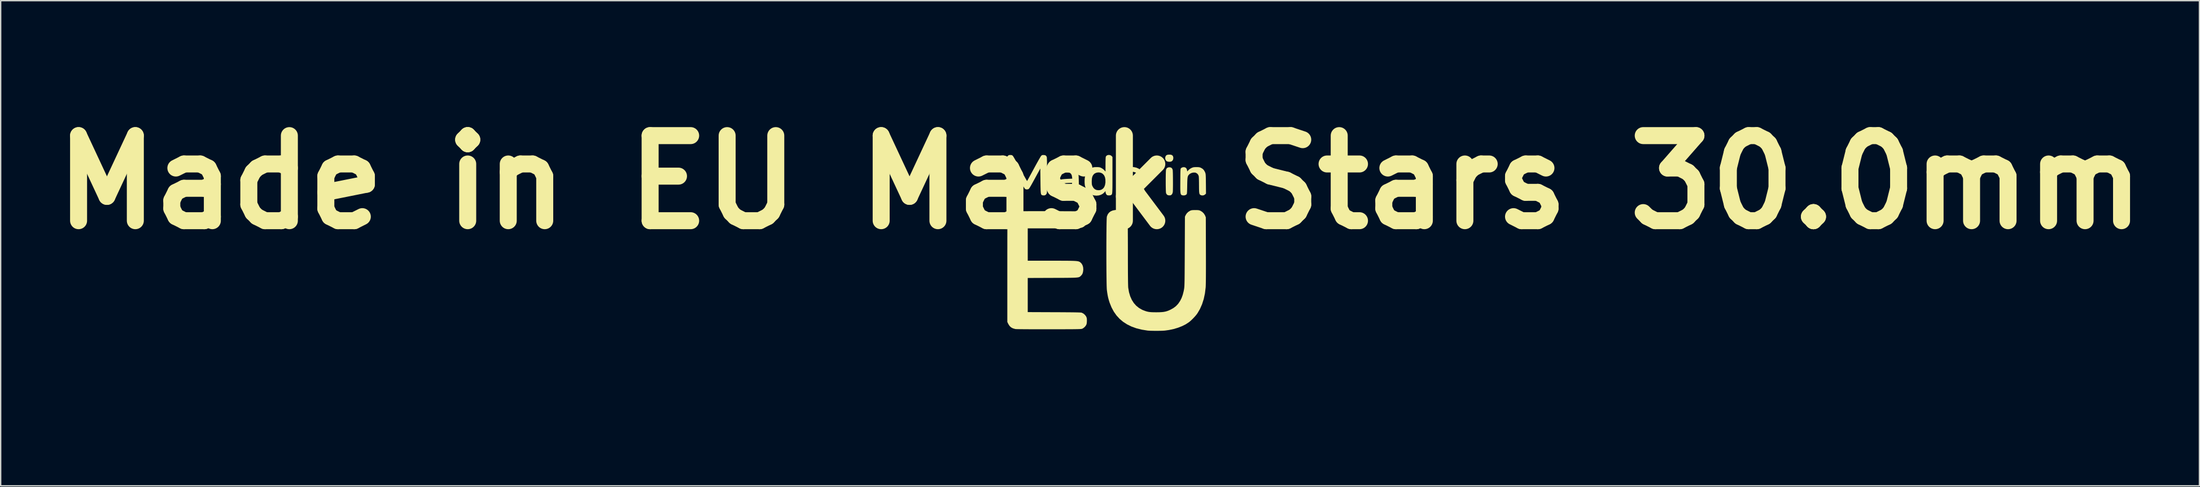
<source format=kicad_pcb>
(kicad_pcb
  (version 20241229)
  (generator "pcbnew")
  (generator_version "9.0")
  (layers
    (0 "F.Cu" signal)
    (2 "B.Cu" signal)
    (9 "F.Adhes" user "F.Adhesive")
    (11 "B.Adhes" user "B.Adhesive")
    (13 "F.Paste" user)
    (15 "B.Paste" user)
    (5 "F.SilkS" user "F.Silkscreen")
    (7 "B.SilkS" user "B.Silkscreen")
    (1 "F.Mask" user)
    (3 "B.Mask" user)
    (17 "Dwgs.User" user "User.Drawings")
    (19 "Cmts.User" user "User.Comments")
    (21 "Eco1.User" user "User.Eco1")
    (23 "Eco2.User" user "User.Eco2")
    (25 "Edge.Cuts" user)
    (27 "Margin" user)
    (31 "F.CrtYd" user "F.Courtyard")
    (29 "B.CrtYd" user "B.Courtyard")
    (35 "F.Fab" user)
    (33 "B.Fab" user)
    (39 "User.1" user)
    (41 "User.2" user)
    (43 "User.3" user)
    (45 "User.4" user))
  (footprint "Made in EU Mask Stars 30.0mm"
    (layer "F.Cu")
    (at 78.133 14.903)
    (property "Reference" "Made in EU Mask Stars 30.0mm" (at 0 -4.5 180) (layer "F.SilkS") (effects (font (size 6.282 6.282) (thickness 1.254))))
    (attr board_only exclude_from_pos_files exclude_from_bom)
    (fp_poly (pts (xy 11.026 -8.532) (xy 11.027 -8.53) (xy 11.037 -8.501) (xy 11.058 -8.436) (xy 11.09 -8.337) (xy 11.131 -8.211) (xy 11.179 -8.061) (xy 11.233 -7.894) (xy 11.291 -7.713) (xy 11.298 -7.692) (xy 11.557 -6.889) (xy 12.445 -6.877) (xy 13.333 -6.866) (xy 12.617 -6.353) (xy 12.46 -6.24) (xy 12.315 -6.136) (xy 12.185 -6.041) (xy 12.075 -5.961) (xy 11.989 -5.897) (xy 11.931 -5.853) (xy 11.903 -5.831) (xy 11.902 -5.829) (xy 11.909 -5.806) (xy 11.928 -5.745) (xy 11.958 -5.65) (xy 11.997 -5.528) (xy 12.044 -5.382) (xy 12.097 -5.216) (xy 12.155 -5.036) (xy 12.167 -5.002) (xy 12.225 -4.82) (xy 12.279 -4.652) (xy 12.327 -4.502) (xy 12.366 -4.376) (xy 12.397 -4.277) (xy 12.417 -4.21) (xy 12.425 -4.18) (xy 12.425 -4.179) (xy 12.406 -4.19) (xy 12.355 -4.225) (xy 12.276 -4.281) (xy 12.173 -4.354) (xy 12.049 -4.443) (xy 11.909 -4.545) (xy 11.756 -4.656) (xy 11.717 -4.684) (xy 11.016 -5.196) (xy 10.348 -4.707) (xy 10.163 -4.572) (xy 10.011 -4.461) (xy 9.889 -4.372) (xy 9.794 -4.304) (xy 9.722 -4.253) (xy 9.671 -4.218) (xy 9.636 -4.198) (xy 9.616 -4.188) (xy 9.607 -4.189) (xy 9.606 -4.197) (xy 9.61 -4.21) (xy 9.611 -4.213) (xy 9.683 -4.431) (xy 9.753 -4.649) (xy 9.821 -4.86) (xy 9.885 -5.062) (xy 9.944 -5.25) (xy 9.997 -5.419) (xy 10.041 -5.566) (xy 10.077 -5.687) (xy 10.102 -5.777) (xy 10.116 -5.833) (xy 10.118 -5.849) (xy 10.096 -5.865) (xy 10.042 -5.903) (xy 9.96 -5.962) (xy 9.854 -6.038) (xy 9.728 -6.128) (xy 9.586 -6.23) (xy 9.431 -6.341) (xy 9.4 -6.364) (xy 8.7 -6.866) (xy 9.585 -6.872) (xy 10.47 -6.878) (xy 10.662 -7.475) (xy 10.741 -7.719) (xy 10.807 -7.924) (xy 10.862 -8.092) (xy 10.906 -8.228) (xy 10.942 -8.334) (xy 10.969 -8.414) (xy 10.99 -8.471) (xy 11.005 -8.508) (xy 11.015 -8.528) (xy 11.022 -8.536)) (stroke (width 0) (type solid)) (fill yes) (layer "F.Mask"))
    (fp_poly (pts (xy 0.028 10.569) (xy 0.049 10.634) (xy 0.081 10.733) (xy 0.122 10.859) (xy 0.17 11.008) (xy 0.223 11.176) (xy 0.281 11.358) (xy 0.291 11.388) (xy 0.552 12.203) (xy 1.43 12.214) (xy 2.309 12.225) (xy 1.651 12.697) (xy 1.498 12.807) (xy 1.355 12.91) (xy 1.226 13.004) (xy 1.116 13.083) (xy 1.029 13.147) (xy 0.969 13.191) (xy 0.943 13.211) (xy 0.892 13.252) (xy 1.15 14.056) (xy 1.209 14.238) (xy 1.263 14.407) (xy 1.312 14.558) (xy 1.353 14.687) (xy 1.386 14.789) (xy 1.408 14.858) (xy 1.419 14.89) (xy 1.419 14.891) (xy 1.42 14.91) (xy 1.402 14.9) (xy 1.37 14.877) (xy 1.309 14.832) (xy 1.223 14.769) (xy 1.117 14.692) (xy 0.996 14.604) (xy 0.865 14.508) (xy 0.728 14.409) (xy 0.591 14.309) (xy 0.459 14.213) (xy 0.336 14.124) (xy 0.227 14.045) (xy 0.137 13.981) (xy 0.072 13.934) (xy 0.036 13.908) (xy 0.03 13.904) (xy 0.009 13.914) (xy -0.044 13.947) (xy -0.124 14) (xy -0.226 14.069) (xy -0.345 14.151) (xy -0.477 14.244) (xy -0.617 14.342) (xy -0.76 14.444) (xy -0.902 14.546) (xy -1.038 14.644) (xy -1.163 14.736) (xy -1.273 14.818) (xy -1.363 14.886) (xy -1.383 14.902) (xy -1.406 14.915) (xy -1.403 14.894) (xy -1.403 14.893) (xy -1.393 14.864) (xy -1.372 14.798) (xy -1.34 14.702) (xy -1.301 14.581) (xy -1.256 14.441) (xy -1.207 14.289) (xy -1.156 14.13) (xy -1.105 13.97) (xy -1.055 13.816) (xy -1.009 13.672) (xy -0.969 13.546) (xy -0.936 13.444) (xy -0.913 13.37) (xy -0.903 13.337) (xy -0.874 13.243) (xy -1.59 12.729) (xy -2.306 12.214) (xy -1.422 12.214) (xy -0.538 12.214) (xy -0.379 11.717) (xy -0.325 11.548) (xy -0.267 11.366) (xy -0.209 11.186) (xy -0.156 11.02) (xy -0.111 10.882) (xy -0.106 10.864) (xy -0.068 10.75) (xy -0.034 10.654) (xy -0.006 10.584) (xy 0.012 10.545) (xy 0.019 10.541)) (stroke (width 0) (type solid)) (fill yes) (layer "F.Mask"))
    (fp_poly (pts (xy -6.165 -12.638) (xy -6.11 -12.468) (xy -6.054 -12.296) (xy -6.001 -12.13) (xy -5.952 -11.982) (xy -5.913 -11.859) (xy -5.892 -11.796) (xy -5.802 -11.522) (xy -4.916 -11.516) (xy -4.03 -11.511) (xy -4.667 -11.054) (xy -4.819 -10.945) (xy -4.963 -10.842) (xy -5.094 -10.747) (xy -5.206 -10.666) (xy -5.296 -10.601) (xy -5.358 -10.555) (xy -5.384 -10.536) (xy -5.465 -10.473) (xy -5.201 -9.653) (xy -5.142 -9.471) (xy -5.089 -9.302) (xy -5.042 -9.152) (xy -5.002 -9.024) (xy -4.972 -8.925) (xy -4.952 -8.857) (xy -4.944 -8.827) (xy -4.944 -8.825) (xy -4.963 -8.836) (xy -5.014 -8.871) (xy -5.093 -8.926) (xy -5.196 -9) (xy -5.32 -9.088) (xy -5.459 -9.189) (xy -5.61 -9.299) (xy -5.628 -9.312) (xy -5.781 -9.424) (xy -5.924 -9.528) (xy -6.052 -9.62) (xy -6.161 -9.698) (xy -6.246 -9.759) (xy -6.305 -9.8) (xy -6.331 -9.817) (xy -6.332 -9.817) (xy -6.356 -9.807) (xy -6.411 -9.773) (xy -6.495 -9.718) (xy -6.602 -9.645) (xy -6.728 -9.556) (xy -6.87 -9.455) (xy -7.023 -9.344) (xy -7.051 -9.324) (xy -7.206 -9.212) (xy -7.348 -9.108) (xy -7.476 -9.016) (xy -7.584 -8.938) (xy -7.669 -8.878) (xy -7.726 -8.838) (xy -7.752 -8.82) (xy -7.753 -8.82) (xy -7.749 -8.84) (xy -7.732 -8.899) (xy -7.705 -8.99) (xy -7.668 -9.111) (xy -7.622 -9.256) (xy -7.57 -9.42) (xy -7.513 -9.599) (xy -7.499 -9.64) (xy -7.44 -9.823) (xy -7.386 -9.992) (xy -7.338 -10.143) (xy -7.297 -10.271) (xy -7.266 -10.371) (xy -7.244 -10.439) (xy -7.235 -10.471) (xy -7.235 -10.472) (xy -7.252 -10.487) (xy -7.302 -10.525) (xy -7.381 -10.584) (xy -7.484 -10.66) (xy -7.608 -10.75) (xy -7.749 -10.852) (xy -7.904 -10.963) (xy -7.951 -10.997) (xy -8.668 -11.511) (xy -7.778 -11.517) (xy -6.889 -11.523) (xy -6.678 -12.187) (xy -6.623 -12.361) (xy -6.569 -12.53) (xy -6.518 -12.686) (xy -6.474 -12.824) (xy -6.438 -12.936) (xy -6.413 -13.014) (xy -6.407 -13.029) (xy -6.348 -13.208)) (stroke (width 0) (type solid)) (fill yes) (layer "F.Mask"))
    (fp_poly (pts (xy -6.335 8.877) (xy -6.313 8.932) (xy -6.281 9.021) (xy -6.24 9.139) (xy -6.192 9.282) (xy -6.139 9.446) (xy -6.081 9.625) (xy -6.063 9.68) (xy -5.796 10.516) (xy -4.911 10.522) (xy -4.026 10.528) (xy -4.737 11.039) (xy -4.894 11.152) (xy -5.039 11.257) (xy -5.168 11.351) (xy -5.277 11.432) (xy -5.362 11.496) (xy -5.42 11.541) (xy -5.447 11.563) (xy -5.448 11.565) (xy -5.442 11.589) (xy -5.423 11.651) (xy -5.393 11.746) (xy -5.355 11.869) (xy -5.308 12.015) (xy -5.255 12.181) (xy -5.198 12.36) (xy -5.191 12.382) (xy -5.133 12.562) (xy -5.08 12.729) (xy -5.034 12.878) (xy -4.995 13.004) (xy -4.965 13.103) (xy -4.947 13.169) (xy -4.94 13.198) (xy -4.94 13.199) (xy -4.959 13.193) (xy -5.006 13.165) (xy -5.074 13.12) (xy -5.136 13.076) (xy -5.206 13.024) (xy -5.305 12.952) (xy -5.425 12.863) (xy -5.561 12.764) (xy -5.703 12.659) (xy -5.831 12.566) (xy -6.337 12.196) (xy -6.948 12.642) (xy -7.097 12.752) (xy -7.24 12.855) (xy -7.369 12.95) (xy -7.481 13.031) (xy -7.571 13.096) (xy -7.633 13.14) (xy -7.656 13.157) (xy -7.712 13.195) (xy -7.739 13.208) (xy -7.744 13.199) (xy -7.737 13.171) (xy -7.727 13.138) (xy -7.704 13.068) (xy -7.672 12.965) (xy -7.63 12.836) (xy -7.582 12.685) (xy -7.528 12.517) (xy -7.476 12.353) (xy -7.42 12.176) (xy -7.368 12.012) (xy -7.324 11.866) (xy -7.287 11.743) (xy -7.26 11.647) (xy -7.245 11.585) (xy -7.241 11.56) (xy -7.261 11.542) (xy -7.313 11.5) (xy -7.394 11.438) (xy -7.499 11.36) (xy -7.624 11.267) (xy -7.766 11.164) (xy -7.92 11.052) (xy -7.95 11.031) (xy -8.649 10.528) (xy -7.764 10.522) (xy -6.879 10.516) (xy -6.836 10.377) (xy -6.792 10.236) (xy -6.743 10.08) (xy -6.69 9.914) (xy -6.635 9.743) (xy -6.581 9.573) (xy -6.528 9.409) (xy -6.478 9.257) (xy -6.434 9.122) (xy -6.397 9.01) (xy -6.368 8.925) (xy -6.35 8.873) (xy -6.344 8.86)) (stroke (width 0) (type solid)) (fill yes) (layer "F.Mask"))
    (fp_poly (pts (xy 6.364 8.862) (xy 6.373 8.884) (xy 6.387 8.924) (xy 6.407 8.983) (xy 6.434 9.065) (xy 6.47 9.174) (xy 6.515 9.312) (xy 6.57 9.483) (xy 6.636 9.689) (xy 6.715 9.934) (xy 6.732 9.986) (xy 6.902 10.516) (xy 7.785 10.522) (xy 8.668 10.528) (xy 7.97 11.031) (xy 7.814 11.143) (xy 7.669 11.247) (xy 7.54 11.34) (xy 7.43 11.419) (xy 7.343 11.481) (xy 7.284 11.524) (xy 7.256 11.544) (xy 7.255 11.545) (xy 7.257 11.568) (xy 7.273 11.629) (xy 7.299 11.723) (xy 7.336 11.845) (xy 7.38 11.991) (xy 7.432 12.157) (xy 7.49 12.337) (xy 7.503 12.381) (xy 7.562 12.563) (xy 7.616 12.732) (xy 7.664 12.883) (xy 7.704 13.011) (xy 7.735 13.111) (xy 7.755 13.179) (xy 7.763 13.21) (xy 7.763 13.211) (xy 7.744 13.2) (xy 7.693 13.165) (xy 7.614 13.109) (xy 7.511 13.036) (xy 7.387 12.947) (xy 7.247 12.845) (xy 7.094 12.734) (xy 7.056 12.707) (xy 6.356 12.196) (xy 6.243 12.28) (xy 6.094 12.389) (xy 5.938 12.503) (xy 5.781 12.618) (xy 5.625 12.731) (xy 5.476 12.84) (xy 5.337 12.94) (xy 5.213 13.03) (xy 5.107 13.106) (xy 5.025 13.164) (xy 4.969 13.203) (xy 4.945 13.219) (xy 4.945 13.219) (xy 4.94 13.205) (xy 4.942 13.202) (xy 4.951 13.178) (xy 4.971 13.118) (xy 5.001 13.026) (xy 5.039 12.909) (xy 5.084 12.772) (xy 5.133 12.621) (xy 5.184 12.462) (xy 5.236 12.3) (xy 5.287 12.14) (xy 5.336 11.99) (xy 5.379 11.853) (xy 5.417 11.736) (xy 5.445 11.645) (xy 5.464 11.585) (xy 5.471 11.561) (xy 5.471 11.561) (xy 5.453 11.547) (xy 5.403 11.509) (xy 5.325 11.451) (xy 5.222 11.376) (xy 5.098 11.286) (xy 4.957 11.184) (xy 4.803 11.073) (xy 4.758 11.04) (xy 4.046 10.528) (xy 4.93 10.517) (xy 5.815 10.506) (xy 6.082 9.674) (xy 6.141 9.491) (xy 6.196 9.323) (xy 6.246 9.173) (xy 6.288 9.047) (xy 6.322 8.949) (xy 6.346 8.883) (xy 6.358 8.854) (xy 6.359 8.853)) (stroke (width 0) (type solid)) (fill yes) (layer "F.Mask"))
    (fp_poly (pts (xy 0.023 -14.878) (xy 0.043 -14.815) (xy 0.074 -14.719) (xy 0.114 -14.594) (xy 0.161 -14.446) (xy 0.215 -14.279) (xy 0.273 -14.098) (xy 0.286 -14.056) (xy 0.55 -13.23) (xy 1.431 -13.219) (xy 2.311 -13.208) (xy 1.602 -12.698) (xy 1.446 -12.586) (xy 1.301 -12.481) (xy 1.173 -12.388) (xy 1.064 -12.308) (xy 0.978 -12.245) (xy 0.921 -12.202) (xy 0.894 -12.181) (xy 0.893 -12.179) (xy 0.9 -12.157) (xy 0.918 -12.098) (xy 0.947 -12.008) (xy 0.984 -11.892) (xy 1.027 -11.757) (xy 1.075 -11.607) (xy 1.126 -11.448) (xy 1.177 -11.286) (xy 1.229 -11.127) (xy 1.277 -10.977) (xy 1.321 -10.84) (xy 1.359 -10.723) (xy 1.389 -10.631) (xy 1.407 -10.578) (xy 1.414 -10.559) (xy 1.419 -10.543) (xy 1.42 -10.534) (xy 1.412 -10.533) (xy 1.393 -10.541) (xy 1.36 -10.562) (xy 1.308 -10.598) (xy 1.235 -10.65) (xy 1.138 -10.72) (xy 1.012 -10.812) (xy 0.856 -10.926) (xy 0.759 -10.997) (xy 0.611 -11.105) (xy 0.471 -11.207) (xy 0.345 -11.299) (xy 0.237 -11.377) (xy 0.152 -11.439) (xy 0.095 -11.48) (xy 0.075 -11.494) (xy 0.005 -11.544) (xy -0.595 -11.106) (xy -0.744 -10.997) (xy -0.886 -10.893) (xy -1.017 -10.798) (xy -1.13 -10.716) (xy -1.22 -10.65) (xy -1.282 -10.604) (xy -1.303 -10.589) (xy -1.363 -10.546) (xy -1.393 -10.529) (xy -1.402 -10.534) (xy -1.396 -10.561) (xy -1.395 -10.563) (xy -1.385 -10.595) (xy -1.363 -10.663) (xy -1.332 -10.762) (xy -1.292 -10.885) (xy -1.247 -11.026) (xy -1.198 -11.18) (xy -1.146 -11.341) (xy -1.094 -11.502) (xy -1.044 -11.659) (xy -0.997 -11.804) (xy -0.956 -11.932) (xy -0.922 -12.038) (xy -0.898 -12.114) (xy -0.884 -12.156) (xy -0.883 -12.161) (xy -0.898 -12.179) (xy -0.947 -12.22) (xy -1.024 -12.281) (xy -1.125 -12.359) (xy -1.248 -12.452) (xy -1.388 -12.555) (xy -1.542 -12.667) (xy -1.584 -12.697) (xy -2.294 -13.208) (xy -1.416 -13.213) (xy -0.538 -13.219) (xy -0.379 -13.716) (xy -0.325 -13.885) (xy -0.266 -14.067) (xy -0.209 -14.247) (xy -0.156 -14.413) (xy -0.111 -14.551) (xy -0.106 -14.568) (xy -0.068 -14.684) (xy -0.034 -14.782) (xy -0.008 -14.855) (xy 0.009 -14.896) (xy 0.015 -14.903)) (stroke (width 0) (type solid)) (fill yes) (layer "F.Mask"))
    (fp_poly (pts (xy 11.022 4.204) (xy 11.042 4.261) (xy 11.073 4.351) (xy 11.114 4.47) (xy 11.161 4.614) (xy 11.215 4.777) (xy 11.273 4.957) (xy 11.289 5.008) (xy 11.557 5.839) (xy 12.448 5.85) (xy 13.339 5.861) (xy 12.639 6.364) (xy 12.483 6.476) (xy 12.338 6.58) (xy 12.207 6.674) (xy 12.096 6.753) (xy 12.009 6.816) (xy 11.948 6.859) (xy 11.919 6.879) (xy 11.918 6.88) (xy 11.919 6.904) (xy 11.934 6.967) (xy 11.961 7.065) (xy 11.998 7.194) (xy 12.046 7.351) (xy 12.103 7.532) (xy 12.165 7.728) (xy 12.225 7.912) (xy 12.279 8.082) (xy 12.327 8.233) (xy 12.368 8.362) (xy 12.4 8.463) (xy 12.421 8.531) (xy 12.43 8.564) (xy 12.43 8.565) (xy 12.412 8.553) (xy 12.362 8.518) (xy 12.283 8.461) (xy 12.18 8.387) (xy 12.057 8.297) (xy 11.917 8.195) (xy 11.764 8.083) (xy 11.725 8.055) (xy 11.546 7.924) (xy 11.401 7.818) (xy 11.283 7.734) (xy 11.192 7.67) (xy 11.122 7.623) (xy 11.07 7.591) (xy 11.033 7.573) (xy 11.007 7.564) (xy 10.989 7.565) (xy 10.977 7.57) (xy 10.948 7.59) (xy 10.888 7.632) (xy 10.801 7.695) (xy 10.691 7.775) (xy 10.563 7.868) (xy 10.42 7.972) (xy 10.275 8.078) (xy 10.126 8.187) (xy 9.987 8.287) (xy 9.865 8.375) (xy 9.762 8.448) (xy 9.683 8.503) (xy 9.632 8.537) (xy 9.613 8.548) (xy 9.617 8.526) (xy 9.635 8.466) (xy 9.663 8.372) (xy 9.701 8.251) (xy 9.747 8.105) (xy 9.799 7.94) (xy 9.857 7.761) (xy 9.868 7.725) (xy 9.927 7.543) (xy 9.981 7.375) (xy 10.028 7.225) (xy 10.068 7.097) (xy 10.098 6.997) (xy 10.117 6.929) (xy 10.125 6.899) (xy 10.124 6.897) (xy 10.104 6.88) (xy 10.055 6.842) (xy 9.982 6.788) (xy 9.893 6.723) (xy 9.853 6.694) (xy 9.756 6.624) (xy 9.632 6.535) (xy 9.491 6.434) (xy 9.343 6.327) (xy 9.197 6.221) (xy 9.144 6.183) (xy 8.697 5.861) (xy 9.587 5.85) (xy 10.478 5.839) (xy 10.741 5.017) (xy 10.799 4.834) (xy 10.854 4.665) (xy 10.903 4.514) (xy 10.945 4.386) (xy 10.978 4.286) (xy 11.001 4.218) (xy 11.012 4.187) (xy 11.013 4.186)) (stroke (width 0) (type solid)) (fill yes) (layer "F.Mask"))
    (fp_poly (pts (xy -10.989 4.198) (xy -10.979 4.226) (xy -10.958 4.292) (xy -10.926 4.391) (xy -10.885 4.517) (xy -10.837 4.666) (xy -10.783 4.834) (xy -10.725 5.014) (xy -10.718 5.035) (xy -10.46 5.839) (xy -9.568 5.85) (xy -8.676 5.861) (xy -9.39 6.373) (xy -9.547 6.486) (xy -9.693 6.59) (xy -9.823 6.684) (xy -9.934 6.763) (xy -10.021 6.825) (xy -10.08 6.868) (xy -10.109 6.889) (xy -10.111 6.89) (xy -10.106 6.911) (xy -10.088 6.971) (xy -10.06 7.064) (xy -10.022 7.185) (xy -9.976 7.331) (xy -9.923 7.496) (xy -9.866 7.677) (xy -9.849 7.728) (xy -9.79 7.911) (xy -9.736 8.081) (xy -9.688 8.233) (xy -9.647 8.361) (xy -9.616 8.462) (xy -9.595 8.531) (xy -9.586 8.563) (xy -9.586 8.564) (xy -9.604 8.553) (xy -9.654 8.517) (xy -9.733 8.46) (xy -9.835 8.386) (xy -9.958 8.297) (xy -10.097 8.195) (xy -10.248 8.084) (xy -10.271 8.067) (xy -10.425 7.954) (xy -10.568 7.849) (xy -10.696 7.756) (xy -10.806 7.677) (xy -10.892 7.615) (xy -10.951 7.573) (xy -10.979 7.555) (xy -10.98 7.554) (xy -11.003 7.565) (xy -11.059 7.599) (xy -11.142 7.654) (xy -11.249 7.727) (xy -11.375 7.816) (xy -11.518 7.917) (xy -11.672 8.029) (xy -11.711 8.058) (xy -11.866 8.171) (xy -12.01 8.275) (xy -12.137 8.368) (xy -12.245 8.446) (xy -12.33 8.507) (xy -12.387 8.547) (xy -12.414 8.565) (xy -12.415 8.565) (xy -12.408 8.543) (xy -12.389 8.484) (xy -12.36 8.39) (xy -12.321 8.269) (xy -12.274 8.123) (xy -12.221 7.958) (xy -12.163 7.778) (xy -12.149 7.735) (xy -12.09 7.552) (xy -12.037 7.382) (xy -11.989 7.23) (xy -11.95 7.101) (xy -11.92 7) (xy -11.9 6.93) (xy -11.893 6.897) (xy -11.893 6.895) (xy -11.913 6.879) (xy -11.965 6.84) (xy -12.045 6.78) (xy -12.15 6.704) (xy -12.276 6.613) (xy -12.417 6.51) (xy -12.572 6.399) (xy -12.611 6.37) (xy -13.319 5.861) (xy -12.427 5.85) (xy -11.535 5.839) (xy -11.36 5.292) (xy -11.307 5.123) (xy -11.251 4.95) (xy -11.198 4.782) (xy -11.15 4.631) (xy -11.11 4.507) (xy -11.093 4.455) (xy -11.059 4.352) (xy -11.029 4.271) (xy -11.006 4.216) (xy -10.991 4.196)) (stroke (width 0) (type solid)) (fill yes) (layer "F.Mask"))
    (fp_poly (pts (xy 6.393 -13.145) (xy 6.415 -13.08) (xy 6.447 -12.981) (xy 6.488 -12.855) (xy 6.536 -12.706) (xy 6.59 -12.538) (xy 6.648 -12.358) (xy 6.655 -12.337) (xy 6.913 -11.533) (xy 7.803 -11.522) (xy 8.693 -11.511) (xy 7.981 -10.999) (xy 7.824 -10.886) (xy 7.678 -10.782) (xy 7.548 -10.689) (xy 7.438 -10.609) (xy 7.351 -10.547) (xy 7.292 -10.504) (xy 7.264 -10.484) (xy 7.262 -10.483) (xy 7.267 -10.461) (xy 7.285 -10.402) (xy 7.313 -10.309) (xy 7.351 -10.188) (xy 7.397 -10.042) (xy 7.45 -9.878) (xy 7.507 -9.698) (xy 7.521 -9.655) (xy 7.58 -9.472) (xy 7.634 -9.303) (xy 7.681 -9.152) (xy 7.721 -9.024) (xy 7.752 -8.924) (xy 7.772 -8.856) (xy 7.78 -8.825) (xy 7.78 -8.823) (xy 7.761 -8.834) (xy 7.71 -8.869) (xy 7.632 -8.924) (xy 7.528 -8.998) (xy 7.405 -9.086) (xy 7.266 -9.187) (xy 7.115 -9.298) (xy 7.091 -9.315) (xy 6.937 -9.427) (xy 6.794 -9.53) (xy 6.665 -9.622) (xy 6.554 -9.699) (xy 6.467 -9.758) (xy 6.407 -9.798) (xy 6.378 -9.813) (xy 6.376 -9.814) (xy 6.351 -9.801) (xy 6.295 -9.764) (xy 6.21 -9.707) (xy 6.103 -9.632) (xy 5.976 -9.543) (xy 5.833 -9.441) (xy 5.68 -9.33) (xy 5.663 -9.317) (xy 5.509 -9.205) (xy 5.368 -9.102) (xy 5.241 -9.011) (xy 5.135 -8.934) (xy 5.051 -8.875) (xy 4.996 -8.836) (xy 4.971 -8.82) (xy 4.971 -8.82) (xy 4.969 -8.838) (xy 4.98 -8.881) (xy 5.01 -8.974) (xy 5.049 -9.092) (xy 5.093 -9.229) (xy 5.142 -9.381) (xy 5.193 -9.542) (xy 5.246 -9.706) (xy 5.297 -9.868) (xy 5.346 -10.022) (xy 5.39 -10.162) (xy 5.428 -10.284) (xy 5.458 -10.381) (xy 5.479 -10.449) (xy 5.488 -10.481) (xy 5.488 -10.483) (xy 5.469 -10.496) (xy 5.418 -10.533) (xy 5.338 -10.59) (xy 5.234 -10.665) (xy 5.109 -10.755) (xy 4.968 -10.857) (xy 4.814 -10.968) (xy 4.77 -10.999) (xy 4.059 -11.511) (xy 4.948 -11.522) (xy 5.837 -11.533) (xy 5.994 -12.024) (xy 6.048 -12.192) (xy 6.105 -12.371) (xy 6.162 -12.549) (xy 6.214 -12.711) (xy 6.257 -12.846) (xy 6.262 -12.861) (xy 6.299 -12.974) (xy 6.332 -13.067) (xy 6.359 -13.135) (xy 6.378 -13.171) (xy 6.384 -13.173)) (stroke (width 0) (type solid)) (fill yes) (layer "F.Mask"))
    (fp_poly (pts (xy -10.985 -8.5) (xy -10.964 -8.439) (xy -10.933 -8.345) (xy -10.892 -8.223) (xy -10.845 -8.076) (xy -10.791 -7.91) (xy -10.733 -7.73) (xy -10.72 -7.689) (xy -10.456 -6.866) (xy -9.572 -6.855) (xy -8.688 -6.844) (xy -9.402 -6.331) (xy -9.584 -6.2) (xy -9.733 -6.093) (xy -9.851 -6.005) (xy -9.942 -5.936) (xy -10.01 -5.883) (xy -10.056 -5.843) (xy -10.085 -5.814) (xy -10.099 -5.792) (xy -10.102 -5.777) (xy -10.101 -5.773) (xy -10.09 -5.738) (xy -10.068 -5.668) (xy -10.036 -5.568) (xy -9.996 -5.444) (xy -9.951 -5.302) (xy -9.901 -5.148) (xy -9.85 -4.988) (xy -9.798 -4.828) (xy -9.749 -4.673) (xy -9.702 -4.529) (xy -9.662 -4.402) (xy -9.628 -4.299) (xy -9.604 -4.224) (xy -9.591 -4.185) (xy -9.59 -4.18) (xy -9.593 -4.162) (xy -9.607 -4.167) (xy -9.629 -4.183) (xy -9.683 -4.221) (xy -9.762 -4.278) (xy -9.863 -4.351) (xy -9.98 -4.436) (xy -10.109 -4.529) (xy -10.245 -4.627) (xy -10.382 -4.727) (xy -10.516 -4.824) (xy -10.642 -4.916) (xy -10.755 -4.998) (xy -10.849 -5.067) (xy -10.921 -5.12) (xy -10.965 -5.152) (xy -10.975 -5.159) (xy -10.997 -5.151) (xy -11.052 -5.118) (xy -11.136 -5.063) (xy -11.244 -4.989) (xy -11.373 -4.899) (xy -11.52 -4.794) (xy -11.681 -4.678) (xy -11.699 -4.665) (xy -11.855 -4.552) (xy -11.999 -4.447) (xy -12.127 -4.354) (xy -12.237 -4.275) (xy -12.322 -4.214) (xy -12.381 -4.173) (xy -12.409 -4.154) (xy -12.41 -4.153) (xy -12.412 -4.17) (xy -12.407 -4.187) (xy -12.397 -4.216) (xy -12.375 -4.282) (xy -12.343 -4.38) (xy -12.302 -4.506) (xy -12.254 -4.655) (xy -12.201 -4.821) (xy -12.144 -4.997) (xy -12.087 -5.175) (xy -12.034 -5.34) (xy -11.986 -5.486) (xy -11.947 -5.61) (xy -11.915 -5.706) (xy -11.895 -5.769) (xy -11.887 -5.795) (xy -11.902 -5.812) (xy -11.951 -5.853) (xy -12.028 -5.913) (xy -12.13 -5.991) (xy -12.253 -6.083) (xy -12.393 -6.186) (xy -12.547 -6.297) (xy -12.593 -6.331) (xy -13.308 -6.844) (xy -12.424 -6.855) (xy -11.539 -6.866) (xy -11.432 -7.201) (xy -11.392 -7.327) (xy -11.342 -7.482) (xy -11.286 -7.656) (xy -11.229 -7.834) (xy -11.174 -8.004) (xy -11.164 -8.035) (xy -11.119 -8.175) (xy -11.078 -8.299) (xy -11.043 -8.401) (xy -11.016 -8.475) (xy -10.999 -8.517) (xy -10.994 -8.523)) (stroke (width 0) (type solid)) (fill yes) (layer "F.Mask"))
    (fp_poly (pts (xy -12.699 -2.153) (xy -12.677 -2.097) (xy -12.645 -2.008) (xy -12.605 -1.89) (xy -12.557 -1.747) (xy -12.503 -1.583) (xy -12.445 -1.404) (xy -12.428 -1.349) (xy -12.161 -0.514) (xy -11.282 -0.514) (xy -11.045 -0.513) (xy -10.843 -0.511) (xy -10.678 -0.509) (xy -10.552 -0.505) (xy -10.466 -0.501) (xy -10.422 -0.496) (xy -10.416 -0.492) (xy -10.437 -0.475) (xy -10.489 -0.434) (xy -10.571 -0.374) (xy -10.676 -0.296) (xy -10.801 -0.205) (xy -10.943 -0.102) (xy -11.097 0.009) (xy -11.121 0.026) (xy -11.275 0.137) (xy -11.418 0.241) (xy -11.544 0.334) (xy -11.651 0.414) (xy -11.734 0.477) (xy -11.789 0.521) (xy -11.812 0.542) (xy -11.812 0.543) (xy -11.805 0.568) (xy -11.787 0.631) (xy -11.757 0.727) (xy -11.718 0.851) (xy -11.671 0.998) (xy -11.618 1.164) (xy -11.561 1.344) (xy -11.553 1.367) (xy -11.496 1.547) (xy -11.443 1.714) (xy -11.396 1.862) (xy -11.358 1.987) (xy -11.329 2.085) (xy -11.31 2.15) (xy -11.304 2.178) (xy -11.304 2.179) (xy -11.323 2.168) (xy -11.374 2.133) (xy -11.454 2.078) (xy -11.557 2.005) (xy -11.681 1.916) (xy -11.821 1.815) (xy -11.973 1.705) (xy -12.001 1.684) (xy -12.172 1.56) (xy -12.326 1.45) (xy -12.459 1.357) (xy -12.568 1.283) (xy -12.65 1.23) (xy -12.702 1.199) (xy -12.721 1.193) (xy -12.746 1.209) (xy -12.802 1.248) (xy -12.886 1.307) (xy -12.993 1.384) (xy -13.119 1.474) (xy -13.26 1.576) (xy -13.404 1.681) (xy -13.582 1.811) (xy -13.728 1.917) (xy -13.844 2.002) (xy -13.934 2.067) (xy -14.001 2.115) (xy -14.049 2.148) (xy -14.08 2.169) (xy -14.099 2.18) (xy -14.108 2.183) (xy -14.112 2.181) (xy -14.112 2.177) (xy -14.105 2.153) (xy -14.086 2.092) (xy -14.057 1.997) (xy -14.018 1.875) (xy -13.971 1.729) (xy -13.918 1.564) (xy -13.861 1.386) (xy -13.855 1.369) (xy -13.797 1.189) (xy -13.744 1.021) (xy -13.696 0.872) (xy -13.657 0.745) (xy -13.626 0.645) (xy -13.606 0.578) (xy -13.598 0.548) (xy -13.598 0.548) (xy -13.616 0.529) (xy -13.666 0.487) (xy -13.745 0.426) (xy -13.848 0.348) (xy -13.971 0.255) (xy -14.112 0.152) (xy -14.265 0.042) (xy -14.291 0.023) (xy -14.446 -0.089) (xy -14.59 -0.193) (xy -14.718 -0.286) (xy -14.827 -0.366) (xy -14.912 -0.429) (xy -14.969 -0.472) (xy -14.995 -0.493) (xy -14.996 -0.494) (xy -14.977 -0.499) (xy -14.918 -0.502) (xy -14.823 -0.506) (xy -14.697 -0.509) (xy -14.545 -0.511) (xy -14.37 -0.513) (xy -14.178 -0.514) (xy -14.125 -0.514) (xy -13.243 -0.514) (xy -13.2 -0.653) (xy -13.152 -0.805) (xy -13.101 -0.97) (xy -13.046 -1.142) (xy -12.99 -1.317) (xy -12.935 -1.488) (xy -12.882 -1.652) (xy -12.833 -1.802) (xy -12.79 -1.934) (xy -12.754 -2.041) (xy -12.728 -2.119) (xy -12.712 -2.163) (xy -12.709 -2.17)) (stroke (width 0) (type solid)) (fill yes) (layer "F.Mask"))
    (fp_poly (pts (xy 12.714 -2.168) (xy 12.736 -2.112) (xy 12.766 -2.026) (xy 12.802 -1.918) (xy 12.843 -1.793) (xy 12.843 -1.792) (xy 12.894 -1.633) (xy 12.953 -1.449) (xy 13.014 -1.257) (xy 13.073 -1.073) (xy 13.107 -0.966) (xy 13.245 -0.536) (xy 14.125 -0.536) (xy 14.318 -0.535) (xy 14.497 -0.534) (xy 14.656 -0.532) (xy 14.791 -0.53) (xy 14.897 -0.527) (xy 14.969 -0.524) (xy 15.002 -0.52) (xy 15.004 -0.519) (xy 14.986 -0.503) (xy 14.936 -0.464) (xy 14.857 -0.404) (xy 14.754 -0.328) (xy 14.63 -0.237) (xy 14.489 -0.135) (xy 14.335 -0.025) (xy 14.301 -0.000324) (xy 14.145 0.112) (xy 14.001 0.217) (xy 13.873 0.311) (xy 13.765 0.393) (xy 13.68 0.458) (xy 13.624 0.504) (xy 13.599 0.527) (xy 13.598 0.529) (xy 13.605 0.556) (xy 13.624 0.62) (xy 13.654 0.717) (xy 13.693 0.843) (xy 13.739 0.991) (xy 13.792 1.157) (xy 13.85 1.337) (xy 13.855 1.354) (xy 13.913 1.533) (xy 13.966 1.699) (xy 14.012 1.847) (xy 14.05 1.972) (xy 14.079 2.068) (xy 14.097 2.132) (xy 14.103 2.159) (xy 14.103 2.16) (xy 14.084 2.149) (xy 14.032 2.115) (xy 13.953 2.06) (xy 13.85 1.986) (xy 13.727 1.898) (xy 13.587 1.797) (xy 13.436 1.687) (xy 13.419 1.674) (xy 13.265 1.562) (xy 13.123 1.459) (xy 12.996 1.366) (xy 12.887 1.288) (xy 12.802 1.227) (xy 12.744 1.187) (xy 12.718 1.17) (xy 12.717 1.169) (xy 12.693 1.18) (xy 12.638 1.214) (xy 12.556 1.269) (xy 12.45 1.342) (xy 12.326 1.429) (xy 12.187 1.529) (xy 12.053 1.627) (xy 11.868 1.762) (xy 11.716 1.874) (xy 11.594 1.963) (xy 11.498 2.032) (xy 11.425 2.084) (xy 11.372 2.121) (xy 11.336 2.144) (xy 11.314 2.157) (xy 11.303 2.16) (xy 11.299 2.157) (xy 11.299 2.155) (xy 11.305 2.131) (xy 11.324 2.069) (xy 11.354 1.974) (xy 11.392 1.851) (xy 11.439 1.705) (xy 11.492 1.54) (xy 11.549 1.361) (xy 11.555 1.343) (xy 11.613 1.162) (xy 11.667 0.995) (xy 11.714 0.846) (xy 11.753 0.719) (xy 11.784 0.621) (xy 11.804 0.554) (xy 11.812 0.525) (xy 11.812 0.524) (xy 11.794 0.507) (xy 11.744 0.466) (xy 11.665 0.406) (xy 11.562 0.329) (xy 11.438 0.238) (xy 11.297 0.135) (xy 11.143 0.024) (xy 11.109 0) (xy 10.953 -0.112) (xy 10.809 -0.216) (xy 10.681 -0.309) (xy 10.573 -0.388) (xy 10.489 -0.451) (xy 10.432 -0.495) (xy 10.407 -0.516) (xy 10.406 -0.517) (xy 10.427 -0.52) (xy 10.489 -0.522) (xy 10.585 -0.524) (xy 10.712 -0.524) (xy 10.864 -0.524) (xy 11.036 -0.522) (xy 11.225 -0.52) (xy 11.274 -0.519) (xy 11.493 -0.516) (xy 11.673 -0.514) (xy 11.816 -0.513) (xy 11.927 -0.513) (xy 12.011 -0.514) (xy 12.071 -0.517) (xy 12.111 -0.521) (xy 12.137 -0.527) (xy 12.152 -0.535) (xy 12.16 -0.545) (xy 12.163 -0.549) (xy 12.174 -0.58) (xy 12.197 -0.648) (xy 12.231 -0.748) (xy 12.272 -0.876) (xy 12.321 -1.027) (xy 12.375 -1.196) (xy 12.433 -1.377) (xy 12.437 -1.39) (xy 12.495 -1.57) (xy 12.548 -1.735) (xy 12.596 -1.882) (xy 12.638 -2.005) (xy 12.67 -2.1) (xy 12.693 -2.163) (xy 12.703 -2.188) (xy 12.704 -2.188)) (stroke (width 0) (type solid)) (fill yes) (layer "F.Mask"))
    (fp_poly (pts (xy 5.208 -6.535) (xy 5.304 -6.505) (xy 5.368 -6.447) (xy 5.401 -6.358) (xy 5.407 -6.28) (xy 5.388 -6.17) (xy 5.334 -6.083) (xy 5.268 -6.035) (xy 5.192 -6.014) (xy 5.096 -6.009) (xy 4.998 -6.022) (xy 4.939 -6.04) (xy 4.871 -6.092) (xy 4.826 -6.171) (xy 4.807 -6.264) (xy 4.815 -6.358) (xy 4.851 -6.443) (xy 4.881 -6.477) (xy 4.927 -6.51) (xy 4.989 -6.529) (xy 5.077 -6.538)) (stroke (width 0) (type solid)) (fill yes) (layer "F.SilkS"))
    (fp_poly (pts (xy 5.221 -5.588) (xy 5.298 -5.539) (xy 5.346 -5.455) (xy 5.36 -5.403) (xy 5.365 -5.355) (xy 5.369 -5.269) (xy 5.373 -5.152) (xy 5.376 -5.011) (xy 5.378 -4.852) (xy 5.379 -4.682) (xy 5.38 -4.509) (xy 5.38 -4.338) (xy 5.379 -4.177) (xy 5.377 -4.032) (xy 5.375 -3.91) (xy 5.371 -3.818) (xy 5.367 -3.765) (xy 5.332 -3.652) (xy 5.291 -3.594) (xy 5.244 -3.552) (xy 5.195 -3.533) (xy 5.122 -3.528) (xy 5.119 -3.528) (xy 5.022 -3.538) (xy 4.952 -3.572) (xy 4.95 -3.574) (xy 4.904 -3.627) (xy 4.871 -3.695) (xy 4.869 -3.702) (xy 4.862 -3.747) (xy 4.857 -3.831) (xy 4.853 -3.946) (xy 4.85 -4.086) (xy 4.847 -4.245) (xy 4.846 -4.416) (xy 4.846 -4.593) (xy 4.846 -4.768) (xy 4.848 -4.936) (xy 4.85 -5.09) (xy 4.854 -5.224) (xy 4.859 -5.33) (xy 4.864 -5.403) (xy 4.869 -5.431) (xy 4.913 -5.522) (xy 4.987 -5.58) (xy 5.089 -5.604) (xy 5.115 -5.605)) (stroke (width 0) (type solid)) (fill yes) (layer "F.SilkS"))
    (fp_poly (pts (xy 2.492 -5.616) (xy 2.675 -5.577) (xy 2.843 -5.505) (xy 2.992 -5.402) (xy 3.114 -5.269) (xy 3.181 -5.16) (xy 3.238 -5.019) (xy 3.281 -4.858) (xy 3.303 -4.702) (xy 3.304 -4.653) (xy 3.304 -4.601) (xy 3.301 -4.558) (xy 3.289 -4.525) (xy 3.265 -4.5) (xy 3.225 -4.481) (xy 3.163 -4.468) (xy 3.077 -4.459) (xy 2.96 -4.454) (xy 2.809 -4.451) (xy 2.62 -4.449) (xy 2.532 -4.448) (xy 2.336 -4.446) (xy 2.18 -4.445) (xy 2.061 -4.442) (xy 1.973 -4.437) (xy 1.913 -4.429) (xy 1.877 -4.416) (xy 1.859 -4.397) (xy 1.857 -4.371) (xy 1.866 -4.337) (xy 1.881 -4.295) (xy 1.889 -4.273) (xy 1.94 -4.156) (xy 2.007 -4.069) (xy 2.103 -3.998) (xy 2.129 -3.982) (xy 2.184 -3.954) (xy 2.231 -3.936) (xy 2.285 -3.925) (xy 2.357 -3.921) (xy 2.458 -3.92) (xy 2.49 -3.92) (xy 2.605 -3.922) (xy 2.689 -3.927) (xy 2.756 -3.939) (xy 2.819 -3.959) (xy 2.88 -3.984) (xy 2.995 -4.03) (xy 3.079 -4.054) (xy 3.141 -4.057) (xy 3.19 -4.04) (xy 3.225 -4.011) (xy 3.274 -3.94) (xy 3.283 -3.868) (xy 3.256 -3.798) (xy 3.197 -3.731) (xy 3.111 -3.669) (xy 3.002 -3.615) (xy 2.875 -3.57) (xy 2.733 -3.536) (xy 2.581 -3.515) (xy 2.424 -3.509) (xy 2.265 -3.52) (xy 2.153 -3.539) (xy 1.942 -3.604) (xy 1.762 -3.702) (xy 1.614 -3.831) (xy 1.498 -3.988) (xy 1.417 -4.174) (xy 1.37 -4.385) (xy 1.359 -4.566) (xy 1.374 -4.756) (xy 1.85 -4.756) (xy 2.354 -4.756) (xy 2.858 -4.756) (xy 2.858 -4.829) (xy 2.848 -4.89) (xy 2.824 -4.969) (xy 2.804 -5.017) (xy 2.727 -5.133) (xy 2.624 -5.215) (xy 2.496 -5.259) (xy 2.449 -5.265) (xy 2.289 -5.258) (xy 2.147 -5.212) (xy 2.028 -5.13) (xy 1.936 -5.015) (xy 1.875 -4.871) (xy 1.865 -4.829) (xy 1.85 -4.756) (xy 1.374 -4.756) (xy 1.377 -4.799) (xy 1.43 -5.005) (xy 1.518 -5.184) (xy 1.641 -5.335) (xy 1.799 -5.459) (xy 1.912 -5.52) (xy 2.104 -5.589) (xy 2.3 -5.621)) (stroke (width 0) (type solid)) (fill yes) (layer "F.SilkS"))
    (fp_poly (pts (xy 7.22 -5.614) (xy 7.297 -5.609) (xy 7.358 -5.596) (xy 7.417 -5.575) (xy 7.464 -5.553) (xy 7.574 -5.485) (xy 7.659 -5.398) (xy 7.728 -5.282) (xy 7.755 -5.221) (xy 7.769 -5.186) (xy 7.779 -5.15) (xy 7.788 -5.107) (xy 7.794 -5.053) (xy 7.799 -4.983) (xy 7.803 -4.89) (xy 7.806 -4.769) (xy 7.808 -4.615) (xy 7.81 -4.423) (xy 7.811 -4.382) (xy 7.818 -3.661) (xy 7.751 -3.595) (xy 7.67 -3.543) (xy 7.571 -3.522) (xy 7.469 -3.533) (xy 7.4 -3.565) (xy 7.372 -3.588) (xy 7.349 -3.618) (xy 7.332 -3.66) (xy 7.32 -3.72) (xy 7.311 -3.803) (xy 7.306 -3.913) (xy 7.303 -4.056) (xy 7.302 -4.237) (xy 7.301 -4.307) (xy 7.3 -4.494) (xy 7.297 -4.657) (xy 7.293 -4.792) (xy 7.287 -4.894) (xy 7.279 -4.957) (xy 7.277 -4.967) (xy 7.226 -5.074) (xy 7.145 -5.156) (xy 7.043 -5.206) (xy 7.007 -5.214) (xy 6.879 -5.214) (xy 6.751 -5.183) (xy 6.637 -5.125) (xy 6.589 -5.086) (xy 6.548 -5.045) (xy 6.516 -5.006) (xy 6.491 -4.962) (xy 6.472 -4.909) (xy 6.458 -4.841) (xy 6.448 -4.752) (xy 6.441 -4.637) (xy 6.436 -4.489) (xy 6.432 -4.305) (xy 6.431 -4.249) (xy 6.428 -4.068) (xy 6.424 -3.926) (xy 6.421 -3.818) (xy 6.416 -3.739) (xy 6.41 -3.684) (xy 6.403 -3.646) (xy 6.394 -3.621) (xy 6.381 -3.603) (xy 6.373 -3.594) (xy 6.298 -3.547) (xy 6.201 -3.524) (xy 6.102 -3.529) (xy 6.058 -3.539) (xy 6.022 -3.552) (xy 5.992 -3.571) (xy 5.969 -3.601) (xy 5.951 -3.645) (xy 5.938 -3.707) (xy 5.929 -3.792) (xy 5.923 -3.902) (xy 5.92 -4.043) (xy 5.92 -4.218) (xy 5.921 -4.431) (xy 5.922 -4.604) (xy 5.924 -4.827) (xy 5.925 -5.009) (xy 5.927 -5.155) (xy 5.93 -5.27) (xy 5.933 -5.357) (xy 5.937 -5.421) (xy 5.943 -5.466) (xy 5.95 -5.497) (xy 5.958 -5.518) (xy 5.968 -5.532) (xy 5.971 -5.535) (xy 6.043 -5.585) (xy 6.138 -5.611) (xy 6.224 -5.61) (xy 6.315 -5.576) (xy 6.38 -5.508) (xy 6.416 -5.408) (xy 6.418 -5.398) (xy 6.433 -5.295) (xy 6.521 -5.391) (xy 6.602 -5.462) (xy 6.703 -5.528) (xy 6.749 -5.551) (xy 6.82 -5.582) (xy 6.883 -5.601) (xy 6.952 -5.611) (xy 7.042 -5.615) (xy 7.112 -5.615)) (stroke (width 0) (type solid)) (fill yes) (layer "F.SilkS"))
    (fp_poly (pts (xy 0.741 -6.501) (xy 0.824 -6.46) (xy 0.854 -6.432) (xy 0.915 -6.363) (xy 0.915 -5.034) (xy 0.915 -4.747) (xy 0.915 -4.501) (xy 0.914 -4.293) (xy 0.913 -4.12) (xy 0.91 -3.978) (xy 0.906 -3.864) (xy 0.901 -3.774) (xy 0.894 -3.705) (xy 0.885 -3.654) (xy 0.873 -3.618) (xy 0.859 -3.592) (xy 0.842 -3.574) (xy 0.822 -3.56) (xy 0.802 -3.549) (xy 0.737 -3.53) (xy 0.651 -3.525) (xy 0.567 -3.533) (xy 0.514 -3.55) (xy 0.467 -3.596) (xy 0.428 -3.669) (xy 0.405 -3.752) (xy 0.402 -3.789) (xy 0.402 -3.851) (xy 0.332 -3.766) (xy 0.213 -3.655) (xy 0.066 -3.573) (xy -0.099 -3.523) (xy -0.276 -3.507) (xy -0.454 -3.527) (xy -0.493 -3.536) (xy -0.663 -3.605) (xy -0.814 -3.711) (xy -0.941 -3.851) (xy -1.041 -4.02) (xy -1.111 -4.216) (xy -1.115 -4.231) (xy -1.13 -4.327) (xy -1.139 -4.451) (xy -1.141 -4.566) (xy -0.614 -4.566) (xy -0.612 -4.449) (xy -0.607 -4.365) (xy -0.596 -4.3) (xy -0.577 -4.243) (xy -0.562 -4.209) (xy -0.484 -4.077) (xy -0.387 -3.984) (xy -0.268 -3.928) (xy -0.124 -3.909) (xy -0.112 -3.909) (xy -0.008 -3.918) (xy 0.086 -3.944) (xy 0.1 -3.95) (xy 0.217 -4.027) (xy 0.305 -4.139) (xy 0.364 -4.285) (xy 0.395 -4.465) (xy 0.397 -4.5) (xy 0.394 -4.703) (xy 0.36 -4.874) (xy 0.295 -5.012) (xy 0.2 -5.118) (xy 0.112 -5.175) (xy -0.011 -5.215) (xy -0.144 -5.223) (xy -0.274 -5.2) (xy -0.39 -5.148) (xy -0.462 -5.088) (xy -0.53 -4.998) (xy -0.576 -4.893) (xy -0.603 -4.765) (xy -0.613 -4.605) (xy -0.614 -4.566) (xy -1.141 -4.566) (xy -1.141 -4.588) (xy -1.137 -4.722) (xy -1.126 -4.839) (xy -1.115 -4.901) (xy -1.046 -5.103) (xy -0.947 -5.277) (xy -0.82 -5.419) (xy -0.667 -5.527) (xy -0.619 -5.551) (xy -0.548 -5.582) (xy -0.486 -5.601) (xy -0.417 -5.611) (xy -0.328 -5.615) (xy -0.257 -5.615) (xy -0.15 -5.614) (xy -0.073 -5.608) (xy -0.013 -5.596) (xy 0.045 -5.574) (xy 0.097 -5.549) (xy 0.184 -5.496) (xy 0.269 -5.429) (xy 0.315 -5.385) (xy 0.402 -5.286) (xy 0.402 -5.813) (xy 0.403 -6.014) (xy 0.407 -6.175) (xy 0.412 -6.293) (xy 0.421 -6.369) (xy 0.427 -6.395) (xy 0.479 -6.46) (xy 0.557 -6.501) (xy 0.648 -6.515)) (stroke (width 0) (type solid)) (fill yes) (layer "F.SilkS"))
    (fp_poly (pts (xy -2.356 -5.62) (xy -2.147 -5.592) (xy -1.971 -5.535) (xy -1.828 -5.448) (xy -1.716 -5.33) (xy -1.634 -5.181) (xy -1.629 -5.169) (xy -1.613 -5.125) (xy -1.601 -5.082) (xy -1.591 -5.033) (xy -1.584 -4.971) (xy -1.579 -4.891) (xy -1.575 -4.786) (xy -1.571 -4.649) (xy -1.568 -4.475) (xy -1.568 -4.459) (xy -1.565 -4.235) (xy -1.564 -4.052) (xy -1.567 -3.905) (xy -1.574 -3.789) (xy -1.586 -3.701) (xy -1.604 -3.637) (xy -1.629 -3.592) (xy -1.66 -3.562) (xy -1.7 -3.542) (xy -1.742 -3.531) (xy -1.853 -3.524) (xy -1.943 -3.556) (xy -2.008 -3.624) (xy -2.048 -3.727) (xy -2.053 -3.76) (xy -2.065 -3.852) (xy -2.115 -3.768) (xy -2.201 -3.664) (xy -2.32 -3.586) (xy -2.464 -3.535) (xy -2.63 -3.514) (xy -2.809 -3.524) (xy -2.839 -3.528) (xy -2.976 -3.565) (xy -3.099 -3.631) (xy -3.221 -3.731) (xy -3.23 -3.74) (xy -3.302 -3.817) (xy -3.349 -3.889) (xy -3.381 -3.975) (xy -3.383 -3.983) (xy -3.409 -4.143) (xy -3.406 -4.176) (xy -2.897 -4.176) (xy -2.888 -4.087) (xy -2.874 -4.051) (xy -2.801 -3.954) (xy -2.702 -3.891) (xy -2.582 -3.865) (xy -2.444 -3.877) (xy -2.405 -3.887) (xy -2.288 -3.941) (xy -2.191 -4.031) (xy -2.119 -4.147) (xy -2.079 -4.282) (xy -2.073 -4.332) (xy -2.065 -4.455) (xy -2.322 -4.448) (xy -2.511 -4.437) (xy -2.662 -4.414) (xy -2.773 -4.381) (xy -2.842 -4.337) (xy -2.845 -4.334) (xy -2.882 -4.265) (xy -2.897 -4.176) (xy -3.406 -4.176) (xy -3.395 -4.297) (xy -3.351 -4.419) (xy -3.307 -4.491) (xy -3.255 -4.545) (xy -3.181 -4.593) (xy -3.103 -4.631) (xy -3.012 -4.667) (xy -2.908 -4.695) (xy -2.786 -4.717) (xy -2.636 -4.733) (xy -2.452 -4.745) (xy -2.371 -4.749) (xy -2.052 -4.763) (xy -2.067 -4.888) (xy -2.091 -5.011) (xy -2.132 -5.101) (xy -2.193 -5.166) (xy -2.217 -5.183) (xy -2.289 -5.209) (xy -2.393 -5.222) (xy -2.516 -5.223) (xy -2.649 -5.212) (xy -2.781 -5.188) (xy -2.899 -5.154) (xy -2.911 -5.15) (xy -3.025 -5.111) (xy -3.108 -5.094) (xy -3.169 -5.1) (xy -3.216 -5.128) (xy -3.238 -5.152) (xy -3.274 -5.231) (xy -3.274 -5.319) (xy -3.241 -5.399) (xy -3.203 -5.44) (xy -3.119 -5.489) (xy -3.002 -5.533) (xy -2.86 -5.571) (xy -2.706 -5.6) (xy -2.549 -5.618) (xy -2.399 -5.622)) (stroke (width 0) (type solid)) (fill yes) (layer "F.SilkS"))
    (fp_poly (pts (xy -4.066 -6.498) (xy -3.995 -6.462) (xy -3.948 -6.396) (xy -3.93 -6.344) (xy -3.926 -6.308) (xy -3.923 -6.232) (xy -3.919 -6.121) (xy -3.916 -5.981) (xy -3.914 -5.817) (xy -3.912 -5.632) (xy -3.91 -5.434) (xy -3.909 -5.225) (xy -3.908 -5.012) (xy -3.907 -4.8) (xy -3.908 -4.593) (xy -3.908 -4.397) (xy -3.909 -4.216) (xy -3.911 -4.056) (xy -3.913 -3.922) (xy -3.916 -3.818) (xy -3.919 -3.749) (xy -3.921 -3.728) (xy -3.957 -3.628) (xy -4.022 -3.559) (xy -4.111 -3.524) (xy -4.218 -3.528) (xy -4.237 -3.532) (xy -4.272 -3.542) (xy -4.301 -3.554) (xy -4.325 -3.572) (xy -4.344 -3.6) (xy -4.359 -3.642) (xy -4.371 -3.702) (xy -4.379 -3.784) (xy -4.386 -3.892) (xy -4.39 -4.03) (xy -4.394 -4.202) (xy -4.397 -4.411) (xy -4.399 -4.591) (xy -4.41 -5.51) (xy -4.734 -4.917) (xy -4.85 -4.704) (xy -4.947 -4.527) (xy -5.027 -4.382) (xy -5.092 -4.267) (xy -5.145 -4.177) (xy -5.186 -4.109) (xy -5.219 -4.059) (xy -5.246 -4.026) (xy -5.268 -4.004) (xy -5.288 -3.991) (xy -5.308 -3.982) (xy -5.323 -3.978) (xy -5.429 -3.966) (xy -5.515 -3.994) (xy -5.556 -4.027) (xy -5.577 -4.057) (xy -5.616 -4.122) (xy -5.672 -4.216) (xy -5.74 -4.335) (xy -5.819 -4.475) (xy -5.905 -4.629) (xy -5.988 -4.778) (xy -6.375 -5.481) (xy -6.386 -4.577) (xy -6.389 -4.338) (xy -6.392 -4.14) (xy -6.396 -3.978) (xy -6.401 -3.849) (xy -6.409 -3.749) (xy -6.42 -3.674) (xy -6.435 -3.619) (xy -6.456 -3.581) (xy -6.482 -3.556) (xy -6.515 -3.54) (xy -6.555 -3.529) (xy -6.604 -3.518) (xy -6.609 -3.517) (xy -6.654 -3.518) (xy -6.712 -3.53) (xy -6.776 -3.56) (xy -6.823 -3.597) (xy -6.832 -3.608) (xy -6.84 -3.623) (xy -6.846 -3.646) (xy -6.852 -3.679) (xy -6.856 -3.726) (xy -6.86 -3.791) (xy -6.863 -3.876) (xy -6.865 -3.986) (xy -6.867 -4.124) (xy -6.868 -4.293) (xy -6.87 -4.496) (xy -6.871 -4.738) (xy -6.872 -5.003) (xy -6.878 -6.362) (xy -6.813 -6.435) (xy -6.769 -6.479) (xy -6.728 -6.5) (xy -6.669 -6.508) (xy -6.623 -6.509) (xy -6.546 -6.506) (xy -6.495 -6.492) (xy -6.452 -6.46) (xy -6.434 -6.442) (xy -6.41 -6.409) (xy -6.367 -6.34) (xy -6.309 -6.241) (xy -6.237 -6.116) (xy -6.154 -5.968) (xy -6.062 -5.802) (xy -5.963 -5.623) (xy -5.883 -5.475) (xy -5.784 -5.292) (xy -5.691 -5.122) (xy -5.606 -4.968) (xy -5.532 -4.836) (xy -5.471 -4.728) (xy -5.424 -4.648) (xy -5.394 -4.601) (xy -5.384 -4.589) (xy -5.371 -4.611) (xy -5.339 -4.669) (xy -5.29 -4.757) (xy -5.226 -4.873) (xy -5.15 -5.012) (xy -5.064 -5.17) (xy -4.97 -5.343) (xy -4.897 -5.478) (xy -4.797 -5.663) (xy -4.701 -5.838) (xy -4.611 -5.999) (xy -4.532 -6.141) (xy -4.463 -6.26) (xy -4.41 -6.352) (xy -4.373 -6.411) (xy -4.359 -6.431) (xy -4.316 -6.476) (xy -4.277 -6.5) (xy -4.222 -6.508) (xy -4.17 -6.509)) (stroke (width 0) (type solid)) (fill yes) (layer "F.SilkS"))
    (fp_poly (pts (xy 1.444 -2.442) (xy 1.532 -2.428) (xy 1.606 -2.405) (xy 1.661 -2.38) (xy 1.797 -2.293) (xy 1.902 -2.179) (xy 1.977 -2.035) (xy 2.024 -1.859) (xy 2.032 -1.804) (xy 2.035 -1.758) (xy 2.038 -1.67) (xy 2.041 -1.543) (xy 2.043 -1.379) (xy 2.045 -1.182) (xy 2.048 -0.953) (xy 2.049 -0.697) (xy 2.051 -0.416) (xy 2.052 -0.112) (xy 2.053 0.212) (xy 2.054 0.552) (xy 2.054 0.726) (xy 2.054 1.184) (xy 2.055 1.598) (xy 2.056 1.966) (xy 2.058 2.291) (xy 2.061 2.57) (xy 2.063 2.805) (xy 2.067 2.996) (xy 2.071 3.142) (xy 2.075 3.243) (xy 2.079 3.294) (xy 2.136 3.621) (xy 2.224 3.918) (xy 2.342 4.183) (xy 2.489 4.416) (xy 2.666 4.616) (xy 2.872 4.783) (xy 3.105 4.916) (xy 3.195 4.955) (xy 3.321 5.003) (xy 3.435 5.039) (xy 3.546 5.066) (xy 3.664 5.084) (xy 3.799 5.095) (xy 3.959 5.1) (xy 4.153 5.102) (xy 4.367 5.099) (xy 4.546 5.09) (xy 4.698 5.074) (xy 4.834 5.047) (xy 4.962 5.01) (xy 5.091 4.959) (xy 5.214 4.902) (xy 5.423 4.783) (xy 5.598 4.65) (xy 5.747 4.494) (xy 5.783 4.448) (xy 5.911 4.257) (xy 6.016 4.049) (xy 6.1 3.818) (xy 6.168 3.554) (xy 6.19 3.443) (xy 6.197 3.402) (xy 6.204 3.362) (xy 6.21 3.32) (xy 6.215 3.274) (xy 6.22 3.22) (xy 6.224 3.157) (xy 6.227 3.081) (xy 6.23 2.99) (xy 6.233 2.881) (xy 6.236 2.752) (xy 6.238 2.6) (xy 6.24 2.422) (xy 6.242 2.215) (xy 6.243 1.978) (xy 6.245 1.707) (xy 6.247 1.399) (xy 6.249 1.053) (xy 6.25 0.665) (xy 6.251 0.614) (xy 6.263 -1.954) (xy 6.316 -2.071) (xy 6.398 -2.201) (xy 6.514 -2.313) (xy 6.651 -2.397) (xy 6.704 -2.418) (xy 6.761 -2.432) (xy 6.832 -2.44) (xy 6.928 -2.444) (xy 7.022 -2.445) (xy 7.143 -2.444) (xy 7.23 -2.44) (xy 7.295 -2.431) (xy 7.35 -2.415) (xy 7.402 -2.394) (xy 7.538 -2.31) (xy 7.654 -2.197) (xy 7.739 -2.066) (xy 7.754 -2.033) (xy 7.804 -1.909) (xy 7.811 0.525) (xy 7.812 0.986) (xy 7.813 1.404) (xy 7.813 1.779) (xy 7.812 2.111) (xy 7.811 2.401) (xy 7.809 2.65) (xy 7.806 2.859) (xy 7.803 3.028) (xy 7.799 3.159) (xy 7.795 3.251) (xy 7.793 3.271) (xy 7.739 3.711) (xy 7.651 4.123) (xy 7.528 4.507) (xy 7.371 4.863) (xy 7.193 5.168) (xy 7.108 5.285) (xy 6.997 5.416) (xy 6.871 5.551) (xy 6.741 5.679) (xy 6.617 5.789) (xy 6.565 5.83) (xy 6.33 5.985) (xy 6.06 6.122) (xy 5.759 6.24) (xy 5.434 6.337) (xy 5.091 6.41) (xy 4.796 6.452) (xy 4.692 6.46) (xy 4.554 6.466) (xy 4.394 6.47) (xy 4.22 6.472) (xy 4.042 6.472) (xy 3.87 6.469) (xy 3.714 6.465) (xy 3.584 6.459) (xy 3.495 6.451) (xy 3.071 6.383) (xy 2.681 6.285) (xy 2.324 6.157) (xy 1.999 5.998) (xy 1.706 5.809) (xy 1.444 5.589) (xy 1.214 5.338) (xy 1.014 5.055) (xy 0.845 4.74) (xy 0.705 4.393) (xy 0.695 4.362) (xy 0.639 4.183) (xy 0.594 4.01) (xy 0.557 3.83) (xy 0.525 3.629) (xy 0.501 3.45) (xy 0.496 3.382) (xy 0.491 3.275) (xy 0.486 3.132) (xy 0.482 2.957) (xy 0.479 2.753) (xy 0.476 2.525) (xy 0.473 2.274) (xy 0.47 2.006) (xy 0.469 1.723) (xy 0.467 1.428) (xy 0.466 1.126) (xy 0.466 0.82) (xy 0.466 0.513) (xy 0.466 0.209) (xy 0.467 -0.09) (xy 0.469 -0.378) (xy 0.47 -0.653) (xy 0.473 -0.912) (xy 0.475 -1.15) (xy 0.478 -1.365) (xy 0.482 -1.552) (xy 0.486 -1.709) (xy 0.491 -1.832) (xy 0.496 -1.917) (xy 0.501 -1.961) (xy 0.501 -1.962) (xy 0.564 -2.123) (xy 0.658 -2.252) (xy 0.784 -2.349) (xy 0.941 -2.415) (xy 1.128 -2.449) (xy 1.327 -2.451)) (stroke (width 0) (type solid)) (fill yes) (layer "F.SilkS"))
    (fp_poly (pts (xy -4.143 -2.363) (xy -3.729 -2.362) (xy -3.355 -2.361) (xy -3.024 -2.36) (xy -2.732 -2.359) (xy -2.476 -2.358) (xy -2.255 -2.357) (xy -2.065 -2.356) (xy -1.904 -2.354) (xy -1.77 -2.352) (xy -1.659 -2.35) (xy -1.569 -2.347) (xy -1.497 -2.344) (xy -1.441 -2.341) (xy -1.398 -2.337) (xy -1.365 -2.332) (xy -1.341 -2.326) (xy -1.321 -2.32) (xy -1.304 -2.313) (xy -1.295 -2.309) (xy -1.171 -2.228) (xy -1.074 -2.118) (xy -1.006 -1.987) (xy -0.969 -1.84) (xy -0.963 -1.686) (xy -0.991 -1.532) (xy -1.053 -1.385) (xy -1.094 -1.322) (xy -1.179 -1.232) (xy -1.29 -1.168) (xy -1.433 -1.125) (xy -1.477 -1.118) (xy -1.527 -1.113) (xy -1.621 -1.109) (xy -1.757 -1.105) (xy -1.932 -1.102) (xy -2.146 -1.1) (xy -2.396 -1.098) (xy -2.681 -1.096) (xy -3 -1.095) (xy -3.351 -1.094) (xy -3.478 -1.094) (xy -5.337 -1.094) (xy -5.337 0.1) (xy -5.337 1.295) (xy -3.578 1.296) (xy -3.238 1.296) (xy -2.939 1.296) (xy -2.679 1.297) (xy -2.455 1.298) (xy -2.263 1.3) (xy -2.101 1.303) (xy -1.966 1.307) (xy -1.854 1.312) (xy -1.763 1.319) (xy -1.69 1.327) (xy -1.632 1.337) (xy -1.585 1.348) (xy -1.546 1.362) (xy -1.514 1.377) (xy -1.484 1.395) (xy -1.466 1.407) (xy -1.369 1.5) (xy -1.296 1.624) (xy -1.251 1.771) (xy -1.237 1.932) (xy -1.251 2.078) (xy -1.276 2.193) (xy -1.309 2.277) (xy -1.357 2.348) (xy -1.41 2.405) (xy -1.437 2.431) (xy -1.462 2.454) (xy -1.487 2.474) (xy -1.516 2.492) (xy -1.551 2.506) (xy -1.595 2.519) (xy -1.652 2.529) (xy -1.724 2.537) (xy -1.814 2.544) (xy -1.926 2.549) (xy -2.062 2.553) (xy -2.225 2.556) (xy -2.419 2.558) (xy -2.645 2.56) (xy -2.908 2.561) (xy -3.21 2.562) (xy -3.511 2.563) (xy -5.337 2.57) (xy -5.337 3.829) (xy -5.337 5.089) (xy -3.388 5.097) (xy -3.027 5.098) (xy -2.707 5.1) (xy -2.428 5.102) (xy -2.187 5.104) (xy -1.982 5.106) (xy -1.809 5.109) (xy -1.669 5.112) (xy -1.556 5.115) (xy -1.471 5.119) (xy -1.41 5.124) (xy -1.371 5.128) (xy -1.357 5.132) (xy -1.234 5.193) (xy -1.123 5.286) (xy -1.038 5.396) (xy -1.028 5.414) (xy -0.999 5.48) (xy -0.981 5.543) (xy -0.973 5.62) (xy -0.971 5.716) (xy -0.975 5.816) (xy -0.985 5.911) (xy -0.999 5.982) (xy -1.002 5.993) (xy -1.057 6.097) (xy -1.142 6.196) (xy -1.243 6.277) (xy -1.295 6.306) (xy -1.312 6.313) (xy -1.329 6.32) (xy -1.35 6.326) (xy -1.378 6.331) (xy -1.414 6.335) (xy -1.462 6.339) (xy -1.523 6.342) (xy -1.602 6.345) (xy -1.7 6.347) (xy -1.819 6.349) (xy -1.963 6.351) (xy -2.134 6.352) (xy -2.335 6.353) (xy -2.568 6.354) (xy -2.836 6.354) (xy -3.142 6.355) (xy -3.487 6.356) (xy -3.774 6.356) (xy -4.102 6.356) (xy -4.417 6.356) (xy -4.718 6.356) (xy -5.001 6.355) (xy -5.263 6.354) (xy -5.5 6.352) (xy -5.711 6.351) (xy -5.892 6.349) (xy -6.039 6.347) (xy -6.151 6.344) (xy -6.223 6.342) (xy -6.252 6.339) (xy -6.425 6.291) (xy -6.564 6.218) (xy -6.674 6.117) (xy -6.762 5.984) (xy -6.771 5.967) (xy -6.844 5.818) (xy -6.844 2.01) (xy -6.844 1.527) (xy -6.844 1.086) (xy -6.844 0.685) (xy -6.843 0.324) (xy -6.843 -0.002) (xy -6.843 -0.292) (xy -6.842 -0.551) (xy -6.841 -0.778) (xy -6.841 -0.978) (xy -6.839 -1.151) (xy -6.838 -1.299) (xy -6.836 -1.426) (xy -6.834 -1.532) (xy -6.832 -1.62) (xy -6.83 -1.691) (xy -6.827 -1.749) (xy -6.823 -1.794) (xy -6.82 -1.829) (xy -6.816 -1.856) (xy -6.811 -1.877) (xy -6.806 -1.894) (xy -6.801 -1.908) (xy -6.722 -2.053) (xy -6.608 -2.174) (xy -6.464 -2.267) (xy -6.295 -2.329) (xy -6.215 -2.345) (xy -6.162 -2.349) (xy -6.064 -2.353) (xy -5.922 -2.356) (xy -5.736 -2.359) (xy -5.506 -2.361) (xy -5.231 -2.362) (xy -4.912 -2.363) (xy -4.55 -2.363)) (stroke (width 0) (type solid)) (fill yes) (layer "F.SilkS")))
  (gr_rect
    (start -3 -3)
    (end 159.265 32.818)
    (stroke (width 0.1) (type default))
    (fill no)
    (layer "Edge.Cuts")))
</source>
